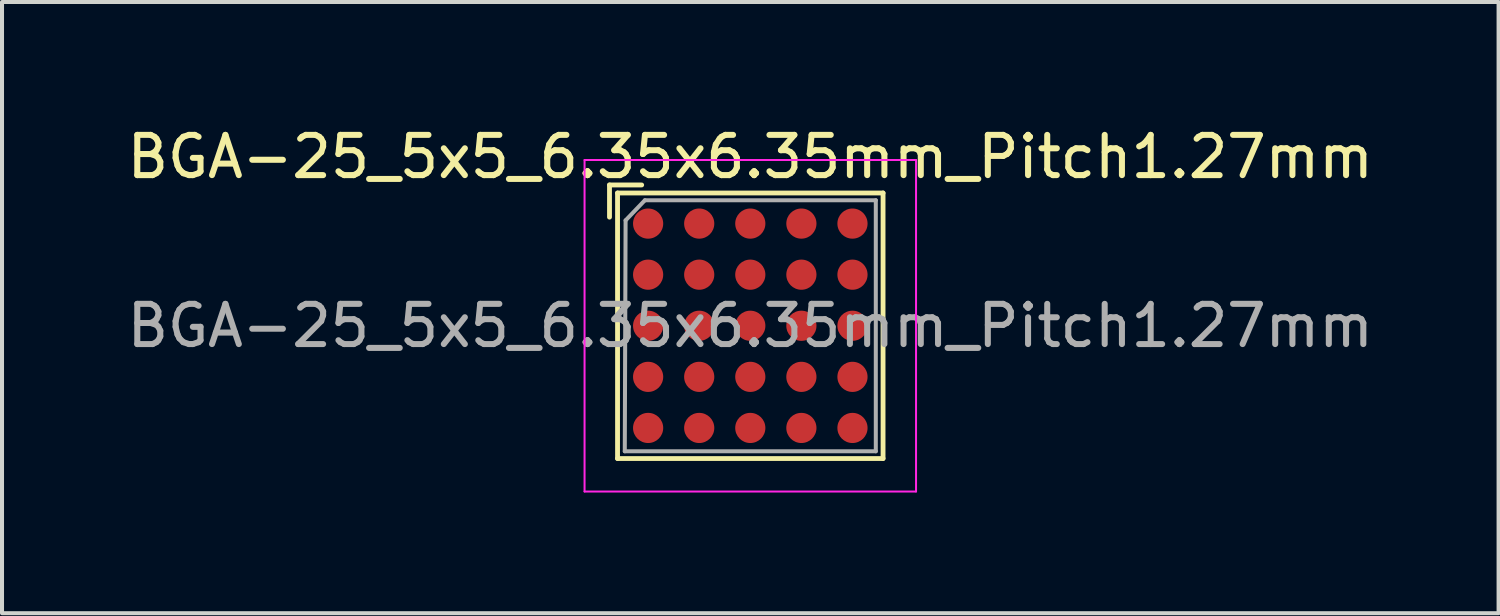
<source format=kicad_pcb>
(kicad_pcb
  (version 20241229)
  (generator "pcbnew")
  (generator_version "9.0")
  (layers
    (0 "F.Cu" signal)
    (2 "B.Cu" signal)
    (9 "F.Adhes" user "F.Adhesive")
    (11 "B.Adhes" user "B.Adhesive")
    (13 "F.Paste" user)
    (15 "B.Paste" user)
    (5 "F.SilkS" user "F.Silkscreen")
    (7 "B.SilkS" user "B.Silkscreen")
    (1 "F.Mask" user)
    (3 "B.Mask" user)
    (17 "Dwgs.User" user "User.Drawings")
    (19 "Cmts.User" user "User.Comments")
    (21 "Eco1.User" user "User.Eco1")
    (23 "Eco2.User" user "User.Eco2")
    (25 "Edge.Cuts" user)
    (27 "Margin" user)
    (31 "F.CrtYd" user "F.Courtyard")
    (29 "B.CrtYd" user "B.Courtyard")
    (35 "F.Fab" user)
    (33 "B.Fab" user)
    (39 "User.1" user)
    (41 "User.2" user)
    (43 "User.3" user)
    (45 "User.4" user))
  (footprint "BGA-25_5x5_6.35x6.35mm_Pitch1.27mm"
    (layer "F.Cu")
    (at 15.601 5.048)
    (property "Reference" "BGA-25_5x5_6.35x6.35mm_Pitch1.27mm" (at 0 -4.2 0) (layer "F.SilkS") (effects (font (size 1 1) (thickness 0.15))))
    (attr smd)
    (fp_line (start -3.5 -3.5) (end -3.5 -2.7) (stroke (width 0.12) (type solid)) (layer "F.SilkS"))
    (fp_line (start -3.3 -3.3) (end 3.3 -3.3) (stroke (width 0.12) (type solid)) (layer "F.SilkS"))
    (fp_line (start -3.3 3.3) (end -3.3 -3.3) (stroke (width 0.12) (type solid)) (layer "F.SilkS"))
    (fp_line (start -2.7 -3.5) (end -3.5 -3.5) (stroke (width 0.12) (type solid)) (layer "F.SilkS"))
    (fp_line (start 3.3 -3.3) (end 3.3 3.3) (stroke (width 0.12) (type solid)) (layer "F.SilkS"))
    (fp_line (start 3.3 3.3) (end -3.3 3.3) (stroke (width 0.12) (type solid)) (layer "F.SilkS"))
    (fp_line (start -4.12 -4.12) (end -4.12 4.12) (stroke (width 0.05) (type solid)) (layer "F.CrtYd"))
    (fp_line (start -4.12 -4.12) (end 4.12 -4.12) (stroke (width 0.05) (type solid)) (layer "F.CrtYd"))
    (fp_line (start 4.12 4.12) (end -4.12 4.12) (stroke (width 0.05) (type solid)) (layer "F.CrtYd"))
    (fp_line (start 4.12 4.12) (end 4.12 -4.12) (stroke (width 0.05) (type solid)) (layer "F.CrtYd"))
    (fp_line (start -3.12 3.12) (end -3.1 -2.62) (stroke (width 0.1) (type solid)) (layer "F.Fab"))
    (fp_line (start -3.1 -2.62) (end -2.62 -3.12) (stroke (width 0.1) (type solid)) (layer "F.Fab"))
    (fp_line (start -2.62 -3.12) (end 3.12 -3.12) (stroke (width 0.1) (type solid)) (layer "F.Fab"))
    (fp_line (start 3.12 -3.12) (end 3.12 3.12) (stroke (width 0.1) (type solid)) (layer "F.Fab"))
    (fp_line (start 3.12 3.12) (end -3.12 3.12) (stroke (width 0.1) (type solid)) (layer "F.Fab"))
    (fp_text user "${REFERENCE}" (at 0 0 0) (layer "F.Fab") (effects (font (size 1 1) (thickness 0.15))))
    (pad "A1" smd circle (at -2.54 -2.54) (size 0.75 0.75) (layers "F.Cu" "F.Mask" "F.Paste"))
    (pad "A2" smd circle (at -1.27 -2.54) (size 0.75 0.75) (layers "F.Cu" "F.Mask" "F.Paste"))
    (pad "A3" smd circle (at 0 -2.54) (size 0.75 0.75) (layers "F.Cu" "F.Mask" "F.Paste"))
    (pad "A4" smd circle (at 1.27 -2.54) (size 0.75 0.75) (layers "F.Cu" "F.Mask" "F.Paste"))
    (pad "A5" smd circle (at 2.54 -2.54) (size 0.75 0.75) (layers "F.Cu" "F.Mask" "F.Paste"))
    (pad "B1" smd circle (at -2.54 -1.27) (size 0.75 0.75) (layers "F.Cu" "F.Mask" "F.Paste"))
    (pad "B2" smd circle (at -1.27 -1.27) (size 0.75 0.75) (layers "F.Cu" "F.Mask" "F.Paste"))
    (pad "B3" smd circle (at 0 -1.27) (size 0.75 0.75) (layers "F.Cu" "F.Mask" "F.Paste"))
    (pad "B4" smd circle (at 1.27 -1.27) (size 0.75 0.75) (layers "F.Cu" "F.Mask" "F.Paste"))
    (pad "B5" smd circle (at 2.54 -1.27) (size 0.75 0.75) (layers "F.Cu" "F.Mask" "F.Paste"))
    (pad "C1" smd circle (at -2.54 0) (size 0.75 0.75) (layers "F.Cu" "F.Mask" "F.Paste"))
    (pad "C2" smd circle (at -1.27 0) (size 0.75 0.75) (layers "F.Cu" "F.Mask" "F.Paste"))
    (pad "C3" smd circle (at 0 0) (size 0.75 0.75) (layers "F.Cu" "F.Mask" "F.Paste"))
    (pad "C4" smd circle (at 1.27 0) (size 0.75 0.75) (layers "F.Cu" "F.Mask" "F.Paste"))
    (pad "C5" smd circle (at 2.54 0) (size 0.75 0.75) (layers "F.Cu" "F.Mask" "F.Paste"))
    (pad "D1" smd circle (at -2.54 1.27) (size 0.75 0.75) (layers "F.Cu" "F.Mask" "F.Paste"))
    (pad "D2" smd circle (at -1.27 1.27) (size 0.75 0.75) (layers "F.Cu" "F.Mask" "F.Paste"))
    (pad "D3" smd circle (at 0 1.27) (size 0.75 0.75) (layers "F.Cu" "F.Mask" "F.Paste"))
    (pad "D4" smd circle (at 1.27 1.27) (size 0.75 0.75) (layers "F.Cu" "F.Mask" "F.Paste"))
    (pad "D5" smd circle (at 2.54 1.27) (size 0.75 0.75) (layers "F.Cu" "F.Mask" "F.Paste"))
    (pad "E1" smd circle (at -2.54 2.54) (size 0.75 0.75) (layers "F.Cu" "F.Mask" "F.Paste"))
    (pad "E2" smd circle (at -1.27 2.54) (size 0.75 0.75) (layers "F.Cu" "F.Mask" "F.Paste"))
    (pad "E3" smd circle (at 0 2.54) (size 0.75 0.75) (layers "F.Cu" "F.Mask" "F.Paste"))
    (pad "E4" smd circle (at 1.27 2.54) (size 0.75 0.75) (layers "F.Cu" "F.Mask" "F.Paste"))
    (pad "E5" smd circle (at 2.54 2.54) (size 0.75 0.75) (layers "F.Cu" "F.Mask" "F.Paste")))
  (gr_rect
    (start -3 -3)
    (end 34.202 12.193)
    (stroke (width 0.1) (type default))
    (fill no)
    (layer "Edge.Cuts")))
</source>
